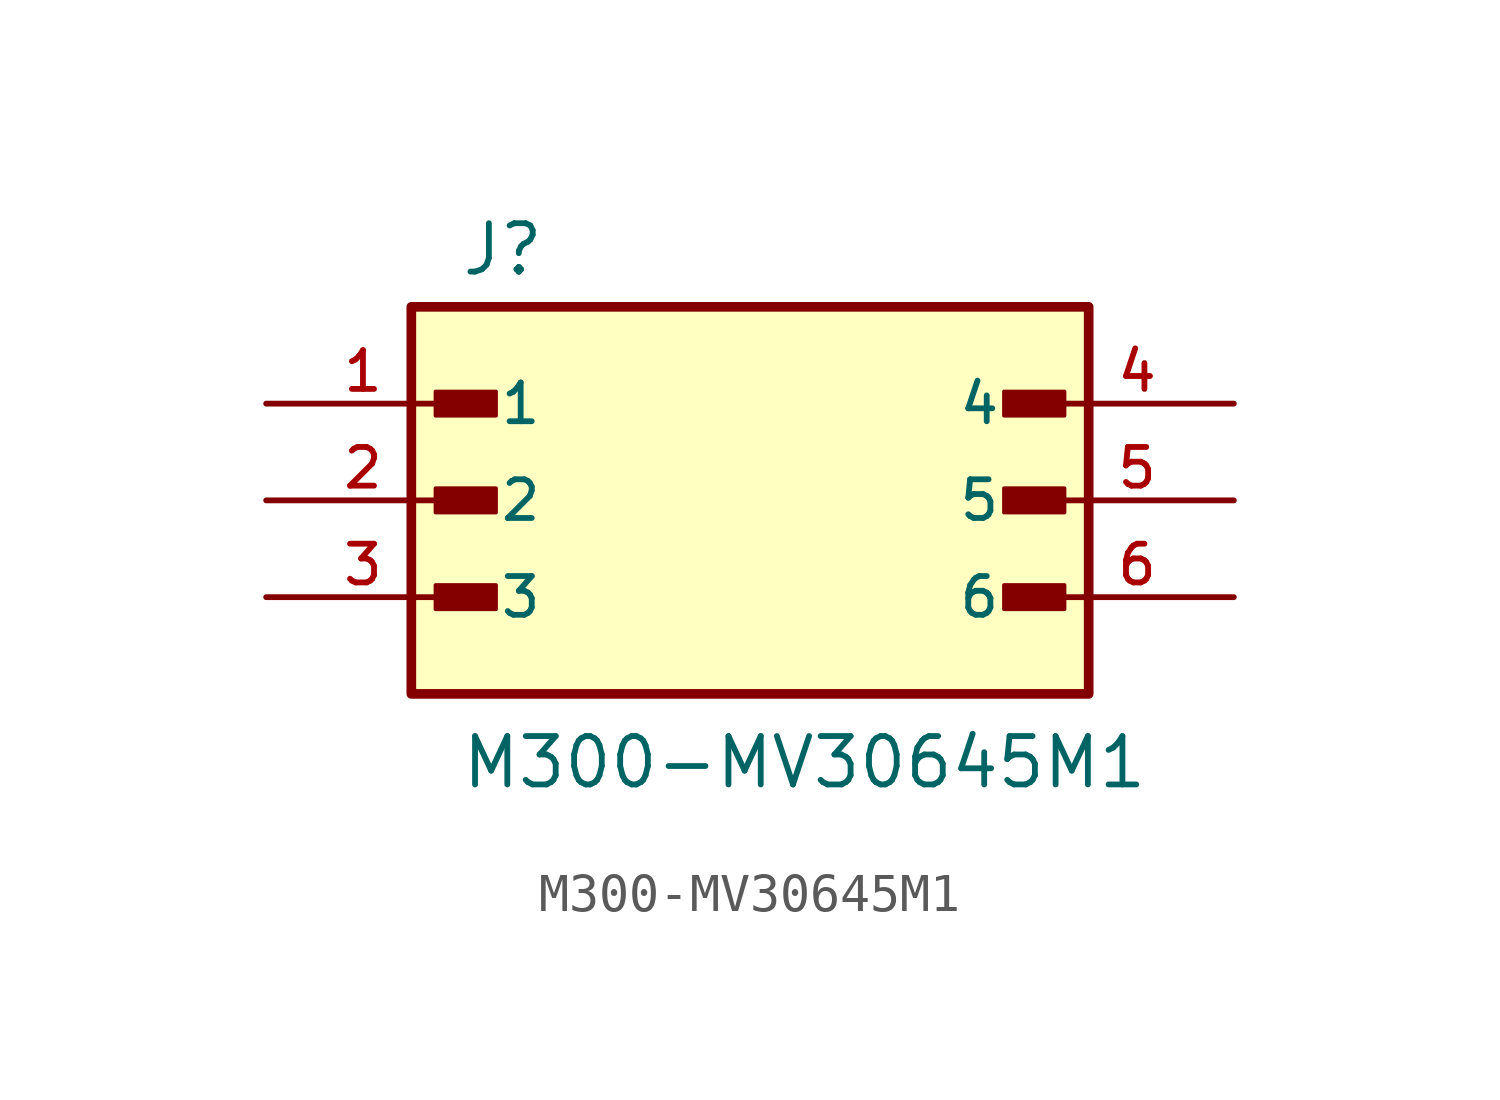
<source format=kicad_sym>
(kicad_symbol_lib
  (version 20211014)
  (generator kicad_symbol_editor)
  (symbol "M300-MV30645M1"
    (pin_names
      (offset 1.016))
    (property "Reference" "J"
      (at -7.62 5.842 0)
      (effects (font (size 1.27 1.27)) (justify bottom left)))
    (property "Value" "M300-MV30645M1"
      (at -7.62 -7.62 0)
      (effects (font (size 1.27 1.27)) (justify bottom left)))
    (symbol "M300-MV30645M1_0_0"
      (rectangle (start -8.255 2.223) (end -6.668 2.857) (stroke (width 0.1)) (fill (type outline)))
      (rectangle (start -8.255 -0.318) (end -6.668 0.318) (stroke (width 0.1)) (fill (type outline)))
      (rectangle (start -8.255 -2.857) (end -6.668 -2.223) (stroke (width 0.1)) (fill (type outline)))
      (rectangle (start 6.668 2.223) (end 8.255 2.857) (stroke (width 0.1)) (fill (type outline)))
      (rectangle (start 6.668 -0.318) (end 8.255 0.318) (stroke (width 0.1)) (fill (type outline)))
      (rectangle (start 6.668 -2.857) (end 8.255 -2.223) (stroke (width 0.1)) (fill (type outline)))
      (rectangle (start -8.89 -5.08) (end 8.89 5.08) (stroke (width 0.254)) (fill (type background)))
      (pin passive line (at -12.7 2.54 0) (length 5.08) (name "1" (effects (font (size 1.016 1.016)))) (number "1" (effects (font (size 1.016 1.016)))))
      (pin passive line (at -12.7 0.0 0) (length 5.08) (name "2" (effects (font (size 1.016 1.016)))) (number "2" (effects (font (size 1.016 1.016)))))
      (pin passive line (at -12.7 -2.54 0) (length 5.08) (name "3" (effects (font (size 1.016 1.016)))) (number "3" (effects (font (size 1.016 1.016)))))
      (pin passive line (at 12.7 2.54 180.0) (length 5.08) (name "4" (effects (font (size 1.016 1.016)))) (number "4" (effects (font (size 1.016 1.016)))))
      (pin passive line (at 12.7 0.0 180.0) (length 5.08) (name "5" (effects (font (size 1.016 1.016)))) (number "5" (effects (font (size 1.016 1.016)))))
      (pin passive line (at 12.7 -2.54 180.0) (length 5.08) (name "6" (effects (font (size 1.016 1.016)))) (number "6" (effects (font (size 1.016 1.016))))))))
</source>
